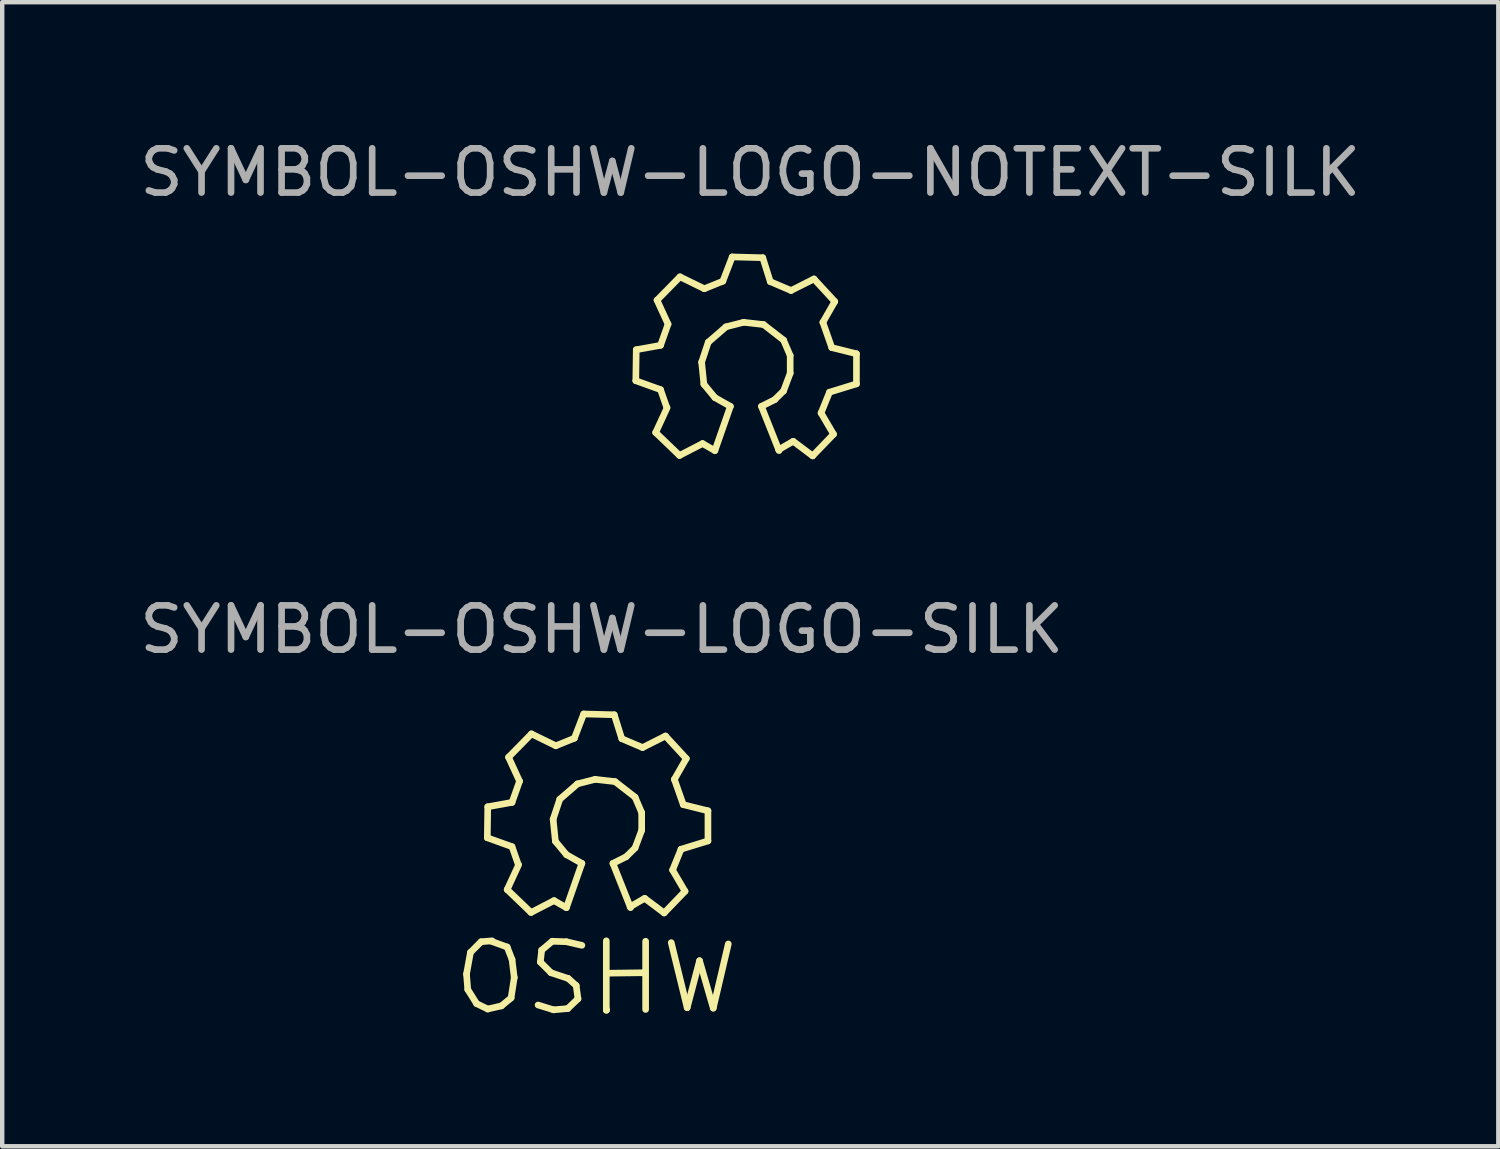
<source format=kicad_pcb>
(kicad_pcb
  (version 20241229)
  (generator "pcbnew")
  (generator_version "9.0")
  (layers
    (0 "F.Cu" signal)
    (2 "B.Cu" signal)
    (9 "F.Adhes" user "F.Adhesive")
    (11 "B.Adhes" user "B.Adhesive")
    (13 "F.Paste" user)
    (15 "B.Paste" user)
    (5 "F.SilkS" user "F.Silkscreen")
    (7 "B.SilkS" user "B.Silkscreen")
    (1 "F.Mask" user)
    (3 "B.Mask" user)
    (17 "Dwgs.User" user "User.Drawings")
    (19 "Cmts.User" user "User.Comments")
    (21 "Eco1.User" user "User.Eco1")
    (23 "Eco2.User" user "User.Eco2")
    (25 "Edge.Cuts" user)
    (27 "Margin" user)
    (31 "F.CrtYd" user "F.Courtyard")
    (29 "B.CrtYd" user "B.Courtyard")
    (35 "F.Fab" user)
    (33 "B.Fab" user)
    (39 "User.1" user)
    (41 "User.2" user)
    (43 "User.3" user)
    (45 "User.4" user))
  (footprint "SYMBOL-OSHW-LOGO-SILK"
    (layer "F.Cu")
    (at 10.455 15.569)
    (property "Reference" "SYMBOL-OSHW-LOGO-SILK" (at 0.099 -4.389 0) (layer "F.Fab") (effects (font (size 1 1) (thickness 0.15))))
    (attr exclude_from_pos_files exclude_from_bom)
    (fp_line (start -2.959 3.401) (end -2.931 3.749) (stroke (width 0.15) (type solid)) (layer "F.SilkS"))
    (fp_line (start -2.931 3.749) (end -2.731 4.069) (stroke (width 0.15) (type solid)) (layer "F.SilkS"))
    (fp_line (start -2.87 2.911) (end -2.959 3.401) (stroke (width 0.15) (type solid)) (layer "F.SilkS"))
    (fp_line (start -2.731 4.069) (end -2.479 4.191) (stroke (width 0.15) (type solid)) (layer "F.SilkS"))
    (fp_line (start -2.629 2.67) (end -2.87 2.911) (stroke (width 0.15) (type solid)) (layer "F.SilkS"))
    (fp_line (start -2.489 0.32) (end -1.93 0.521) (stroke (width 0.15) (type solid)) (layer "F.SilkS"))
    (fp_line (start -2.479 -0.381) (end -2.489 0.32) (stroke (width 0.15) (type solid)) (layer "F.SilkS"))
    (fp_line (start -2.479 4.191) (end -2.169 4.12) (stroke (width 0.15) (type solid)) (layer "F.SilkS"))
    (fp_line (start -2.38 2.649) (end -2.629 2.67) (stroke (width 0.15) (type solid)) (layer "F.SilkS"))
    (fp_line (start -2.169 4.12) (end -1.951 3.94) (stroke (width 0.15) (type solid)) (layer "F.SilkS"))
    (fp_line (start -2.04 1.491) (end -1.501 2.009) (stroke (width 0.15) (type solid)) (layer "F.SilkS"))
    (fp_line (start -2.04 2.789) (end -2.4 2.659) (stroke (width 0.15) (type solid)) (layer "F.SilkS"))
    (fp_line (start -2.009 -1.501) (end -1.76 -0.96) (stroke (width 0.15) (type solid)) (layer "F.SilkS"))
    (fp_line (start -1.951 3.94) (end -1.88 3.48) (stroke (width 0.15) (type solid)) (layer "F.SilkS"))
    (fp_line (start -1.93 -0.48) (end -2.479 -0.381) (stroke (width 0.15) (type solid)) (layer "F.SilkS"))
    (fp_line (start -1.93 0.521) (end -1.791 0.919) (stroke (width 0.15) (type solid)) (layer "F.SilkS"))
    (fp_line (start -1.93 3.071) (end -2.04 2.789) (stroke (width 0.15) (type solid)) (layer "F.SilkS"))
    (fp_line (start -1.88 3.48) (end -1.93 3.071) (stroke (width 0.15) (type solid)) (layer "F.SilkS"))
    (fp_line (start -1.781 0.93) (end -2.04 1.491) (stroke (width 0.15) (type solid)) (layer "F.SilkS"))
    (fp_line (start -1.76 -0.96) (end -1.93 -0.48) (stroke (width 0.15) (type solid)) (layer "F.SilkS"))
    (fp_line (start -1.501 2.009) (end -0.98 1.74) (stroke (width 0.15) (type solid)) (layer "F.SilkS"))
    (fp_line (start -1.491 -2.029) (end -2.009 -1.501) (stroke (width 0.15) (type solid)) (layer "F.SilkS"))
    (fp_line (start -1.29 3.129) (end -1.049 3.371) (stroke (width 0.15) (type solid)) (layer "F.SilkS"))
    (fp_line (start -1.26 2.86) (end -1.29 3.129) (stroke (width 0.15) (type solid)) (layer "F.SilkS"))
    (fp_line (start -1.049 3.371) (end -0.66 3.5) (stroke (width 0.15) (type solid)) (layer "F.SilkS"))
    (fp_line (start -1.021 2.659) (end -1.26 2.86) (stroke (width 0.15) (type solid)) (layer "F.SilkS"))
    (fp_line (start -1.001 -0.099) (end -0.95 0.399) (stroke (width 0.15) (type solid)) (layer "F.SilkS"))
    (fp_line (start -0.991 4.209) (end -1.341 4.1) (stroke (width 0.15) (type solid)) (layer "F.SilkS"))
    (fp_line (start -0.98 1.74) (end -0.701 1.9) (stroke (width 0.15) (type solid)) (layer "F.SilkS"))
    (fp_line (start -0.95 0.399) (end -0.701 0.701) (stroke (width 0.15) (type solid)) (layer "F.SilkS"))
    (fp_line (start -0.94 -1.76) (end -1.491 -2.029) (stroke (width 0.15) (type solid)) (layer "F.SilkS"))
    (fp_line (start -0.851 -0.551) (end -1.001 -0.099) (stroke (width 0.15) (type solid)) (layer "F.SilkS"))
    (fp_line (start -0.701 0.701) (end -0.351 0.899) (stroke (width 0.15) (type solid)) (layer "F.SilkS"))
    (fp_line (start -0.701 2.67) (end -1.021 2.659) (stroke (width 0.15) (type solid)) (layer "F.SilkS"))
    (fp_line (start -0.671 4.181) (end -0.991 4.209) (stroke (width 0.15) (type solid)) (layer "F.SilkS"))
    (fp_line (start -0.66 3.5) (end -0.48 3.66) (stroke (width 0.15) (type solid)) (layer "F.SilkS"))
    (fp_line (start -0.521 -1.93) (end -0.94 -1.76) (stroke (width 0.15) (type solid)) (layer "F.SilkS"))
    (fp_line (start -0.48 3.66) (end -0.439 3.96) (stroke (width 0.15) (type solid)) (layer "F.SilkS"))
    (fp_line (start -0.45 -0.899) (end -0.851 -0.551) (stroke (width 0.15) (type solid)) (layer "F.SilkS"))
    (fp_line (start -0.439 3.96) (end -0.671 4.181) (stroke (width 0.15) (type solid)) (layer "F.SilkS"))
    (fp_line (start -0.351 0.899) (end -0.701 1.9) (stroke (width 0.15) (type solid)) (layer "F.SilkS"))
    (fp_line (start -0.351 2.751) (end -0.701 2.67) (stroke (width 0.15) (type solid)) (layer "F.SilkS"))
    (fp_line (start -0.31 -2.479) (end -0.521 -1.93) (stroke (width 0.15) (type solid)) (layer "F.SilkS"))
    (fp_line (start -0.051 -1.001) (end -0.45 -0.899) (stroke (width 0.15) (type solid)) (layer "F.SilkS"))
    (fp_line (start 0.201 2.649) (end 0.201 4.219) (stroke (width 0.15) (type solid)) (layer "F.SilkS"))
    (fp_line (start 0.201 4.219) (end 0.211 4.209) (stroke (width 0.15) (type solid)) (layer "F.SilkS"))
    (fp_line (start 0.249 3.381) (end 1.039 3.371) (stroke (width 0.15) (type solid)) (layer "F.SilkS"))
    (fp_line (start 0.351 0.899) (end 0.65 0.749) (stroke (width 0.15) (type solid)) (layer "F.SilkS"))
    (fp_line (start 0.351 0.899) (end 0.749 1.9) (stroke (width 0.15) (type solid)) (layer "F.SilkS"))
    (fp_line (start 0.381 -2.461) (end -0.31 -2.479) (stroke (width 0.15) (type solid)) (layer "F.SilkS"))
    (fp_line (start 0.399 -0.95) (end -0.051 -1.001) (stroke (width 0.15) (type solid)) (layer "F.SilkS"))
    (fp_line (start 0.551 -1.92) (end 0.381 -2.461) (stroke (width 0.15) (type solid)) (layer "F.SilkS"))
    (fp_line (start 0.65 0.749) (end 0.851 0.551) (stroke (width 0.15) (type solid)) (layer "F.SilkS"))
    (fp_line (start 0.739 1.88) (end 1.069 1.689) (stroke (width 0.15) (type solid)) (layer "F.SilkS"))
    (fp_line (start 0.851 -0.599) (end 0.399 -0.95) (stroke (width 0.15) (type solid)) (layer "F.SilkS"))
    (fp_line (start 0.851 0.551) (end 1.001 0.15) (stroke (width 0.15) (type solid)) (layer "F.SilkS"))
    (fp_line (start 1.001 -0.249) (end 0.851 -0.599) (stroke (width 0.15) (type solid)) (layer "F.SilkS"))
    (fp_line (start 1.001 0.15) (end 1.001 -0.249) (stroke (width 0.15) (type solid)) (layer "F.SilkS"))
    (fp_line (start 1.021 -1.72) (end 0.551 -1.92) (stroke (width 0.15) (type solid)) (layer "F.SilkS"))
    (fp_line (start 1.039 3.371) (end 1.049 3.381) (stroke (width 0.15) (type solid)) (layer "F.SilkS"))
    (fp_line (start 1.049 3.381) (end 1.049 3.371) (stroke (width 0.15) (type solid)) (layer "F.SilkS"))
    (fp_line (start 1.069 1.689) (end 1.509 2.019) (stroke (width 0.15) (type solid)) (layer "F.SilkS"))
    (fp_line (start 1.09 2.659) (end 1.09 4.201) (stroke (width 0.15) (type solid)) (layer "F.SilkS"))
    (fp_line (start 1.509 2.019) (end 1.981 1.529) (stroke (width 0.15) (type solid)) (layer "F.SilkS"))
    (fp_line (start 1.539 -1.981) (end 1.021 -1.72) (stroke (width 0.15) (type solid)) (layer "F.SilkS"))
    (fp_line (start 1.669 2.69) (end 2.029 4.161) (stroke (width 0.15) (type solid)) (layer "F.SilkS"))
    (fp_line (start 1.699 1.049) (end 1.89 0.579) (stroke (width 0.15) (type solid)) (layer "F.SilkS"))
    (fp_line (start 1.74 -1.001) (end 2.009 -1.471) (stroke (width 0.15) (type solid)) (layer "F.SilkS"))
    (fp_line (start 1.89 0.579) (end 2.499 0.391) (stroke (width 0.15) (type solid)) (layer "F.SilkS"))
    (fp_line (start 1.941 -0.429) (end 1.74 -1.001) (stroke (width 0.15) (type solid)) (layer "F.SilkS"))
    (fp_line (start 1.981 1.529) (end 1.699 1.049) (stroke (width 0.15) (type solid)) (layer "F.SilkS"))
    (fp_line (start 2.009 -1.471) (end 1.539 -1.981) (stroke (width 0.15) (type solid)) (layer "F.SilkS"))
    (fp_line (start 2.029 4.161) (end 2.309 3.099) (stroke (width 0.15) (type solid)) (layer "F.SilkS"))
    (fp_line (start 2.309 3.099) (end 2.619 4.171) (stroke (width 0.15) (type solid)) (layer "F.SilkS"))
    (fp_line (start 2.499 -0.29) (end 1.941 -0.429) (stroke (width 0.15) (type solid)) (layer "F.SilkS"))
    (fp_line (start 2.499 0.391) (end 2.499 -0.29) (stroke (width 0.15) (type solid)) (layer "F.SilkS"))
    (fp_line (start 2.619 4.171) (end 2.959 2.72) (stroke (width 0.15) (type solid)) (layer "F.SilkS")))
  (footprint "SYMBOL-OSHW-LOGO-NOTEXT-SILK"
    (layer "F.Cu")
    (at 13.812 5.237)
    (property "Reference" "SYMBOL-OSHW-LOGO-NOTEXT-SILK" (at 0.099 -4.389 0) (layer "F.Fab") (effects (font (size 1 1) (thickness 0.15))))
    (attr exclude_from_pos_files exclude_from_bom)
    (fp_line (start -2.489 0.32) (end -1.93 0.521) (stroke (width 0.15) (type solid)) (layer "F.SilkS"))
    (fp_line (start -2.479 -0.381) (end -2.489 0.32) (stroke (width 0.15) (type solid)) (layer "F.SilkS"))
    (fp_line (start -2.04 1.491) (end -1.501 2.009) (stroke (width 0.15) (type solid)) (layer "F.SilkS"))
    (fp_line (start -2.009 -1.501) (end -1.76 -0.96) (stroke (width 0.15) (type solid)) (layer "F.SilkS"))
    (fp_line (start -1.93 -0.48) (end -2.479 -0.381) (stroke (width 0.15) (type solid)) (layer "F.SilkS"))
    (fp_line (start -1.93 0.521) (end -1.791 0.919) (stroke (width 0.15) (type solid)) (layer "F.SilkS"))
    (fp_line (start -1.781 0.93) (end -2.04 1.491) (stroke (width 0.15) (type solid)) (layer "F.SilkS"))
    (fp_line (start -1.76 -0.96) (end -1.93 -0.48) (stroke (width 0.15) (type solid)) (layer "F.SilkS"))
    (fp_line (start -1.501 2.009) (end -0.98 1.74) (stroke (width 0.15) (type solid)) (layer "F.SilkS"))
    (fp_line (start -1.491 -2.029) (end -2.009 -1.501) (stroke (width 0.15) (type solid)) (layer "F.SilkS"))
    (fp_line (start -1.001 -0.099) (end -0.95 0.399) (stroke (width 0.15) (type solid)) (layer "F.SilkS"))
    (fp_line (start -0.98 1.74) (end -0.701 1.9) (stroke (width 0.15) (type solid)) (layer "F.SilkS"))
    (fp_line (start -0.95 0.399) (end -0.701 0.701) (stroke (width 0.15) (type solid)) (layer "F.SilkS"))
    (fp_line (start -0.94 -1.76) (end -1.491 -2.029) (stroke (width 0.15) (type solid)) (layer "F.SilkS"))
    (fp_line (start -0.851 -0.551) (end -1.001 -0.099) (stroke (width 0.15) (type solid)) (layer "F.SilkS"))
    (fp_line (start -0.701 0.701) (end -0.351 0.899) (stroke (width 0.15) (type solid)) (layer "F.SilkS"))
    (fp_line (start -0.521 -1.93) (end -0.94 -1.76) (stroke (width 0.15) (type solid)) (layer "F.SilkS"))
    (fp_line (start -0.45 -0.899) (end -0.851 -0.551) (stroke (width 0.15) (type solid)) (layer "F.SilkS"))
    (fp_line (start -0.351 0.899) (end -0.701 1.9) (stroke (width 0.15) (type solid)) (layer "F.SilkS"))
    (fp_line (start -0.31 -2.479) (end -0.521 -1.93) (stroke (width 0.15) (type solid)) (layer "F.SilkS"))
    (fp_line (start -0.051 -1.001) (end -0.45 -0.899) (stroke (width 0.15) (type solid)) (layer "F.SilkS"))
    (fp_line (start 0.351 0.899) (end 0.65 0.749) (stroke (width 0.15) (type solid)) (layer "F.SilkS"))
    (fp_line (start 0.351 0.899) (end 0.749 1.9) (stroke (width 0.15) (type solid)) (layer "F.SilkS"))
    (fp_line (start 0.381 -2.461) (end -0.31 -2.479) (stroke (width 0.15) (type solid)) (layer "F.SilkS"))
    (fp_line (start 0.399 -0.95) (end -0.051 -1.001) (stroke (width 0.15) (type solid)) (layer "F.SilkS"))
    (fp_line (start 0.551 -1.92) (end 0.381 -2.461) (stroke (width 0.15) (type solid)) (layer "F.SilkS"))
    (fp_line (start 0.65 0.749) (end 0.851 0.551) (stroke (width 0.15) (type solid)) (layer "F.SilkS"))
    (fp_line (start 0.739 1.88) (end 1.069 1.689) (stroke (width 0.15) (type solid)) (layer "F.SilkS"))
    (fp_line (start 0.851 -0.599) (end 0.399 -0.95) (stroke (width 0.15) (type solid)) (layer "F.SilkS"))
    (fp_line (start 0.851 0.551) (end 1.001 0.15) (stroke (width 0.15) (type solid)) (layer "F.SilkS"))
    (fp_line (start 1.001 -0.249) (end 0.851 -0.599) (stroke (width 0.15) (type solid)) (layer "F.SilkS"))
    (fp_line (start 1.001 0.15) (end 1.001 -0.249) (stroke (width 0.15) (type solid)) (layer "F.SilkS"))
    (fp_line (start 1.021 -1.72) (end 0.551 -1.92) (stroke (width 0.15) (type solid)) (layer "F.SilkS"))
    (fp_line (start 1.069 1.689) (end 1.509 2.019) (stroke (width 0.15) (type solid)) (layer "F.SilkS"))
    (fp_line (start 1.509 2.019) (end 1.981 1.529) (stroke (width 0.15) (type solid)) (layer "F.SilkS"))
    (fp_line (start 1.539 -1.981) (end 1.021 -1.72) (stroke (width 0.15) (type solid)) (layer "F.SilkS"))
    (fp_line (start 1.699 1.049) (end 1.89 0.579) (stroke (width 0.15) (type solid)) (layer "F.SilkS"))
    (fp_line (start 1.74 -1.001) (end 2.009 -1.471) (stroke (width 0.15) (type solid)) (layer "F.SilkS"))
    (fp_line (start 1.89 0.579) (end 2.499 0.391) (stroke (width 0.15) (type solid)) (layer "F.SilkS"))
    (fp_line (start 1.941 -0.429) (end 1.74 -1.001) (stroke (width 0.15) (type solid)) (layer "F.SilkS"))
    (fp_line (start 1.981 1.529) (end 1.699 1.049) (stroke (width 0.15) (type solid)) (layer "F.SilkS"))
    (fp_line (start 2.009 -1.471) (end 1.539 -1.981) (stroke (width 0.15) (type solid)) (layer "F.SilkS"))
    (fp_line (start 2.499 -0.29) (end 1.941 -0.429) (stroke (width 0.15) (type solid)) (layer "F.SilkS"))
    (fp_line (start 2.499 0.391) (end 2.499 -0.29) (stroke (width 0.15) (type solid)) (layer "F.SilkS")))
  (gr_rect
    (start -3 -3)
    (end 30.821 22.863)
    (stroke (width 0.1) (type default))
    (fill no)
    (layer "Edge.Cuts")))
</source>
